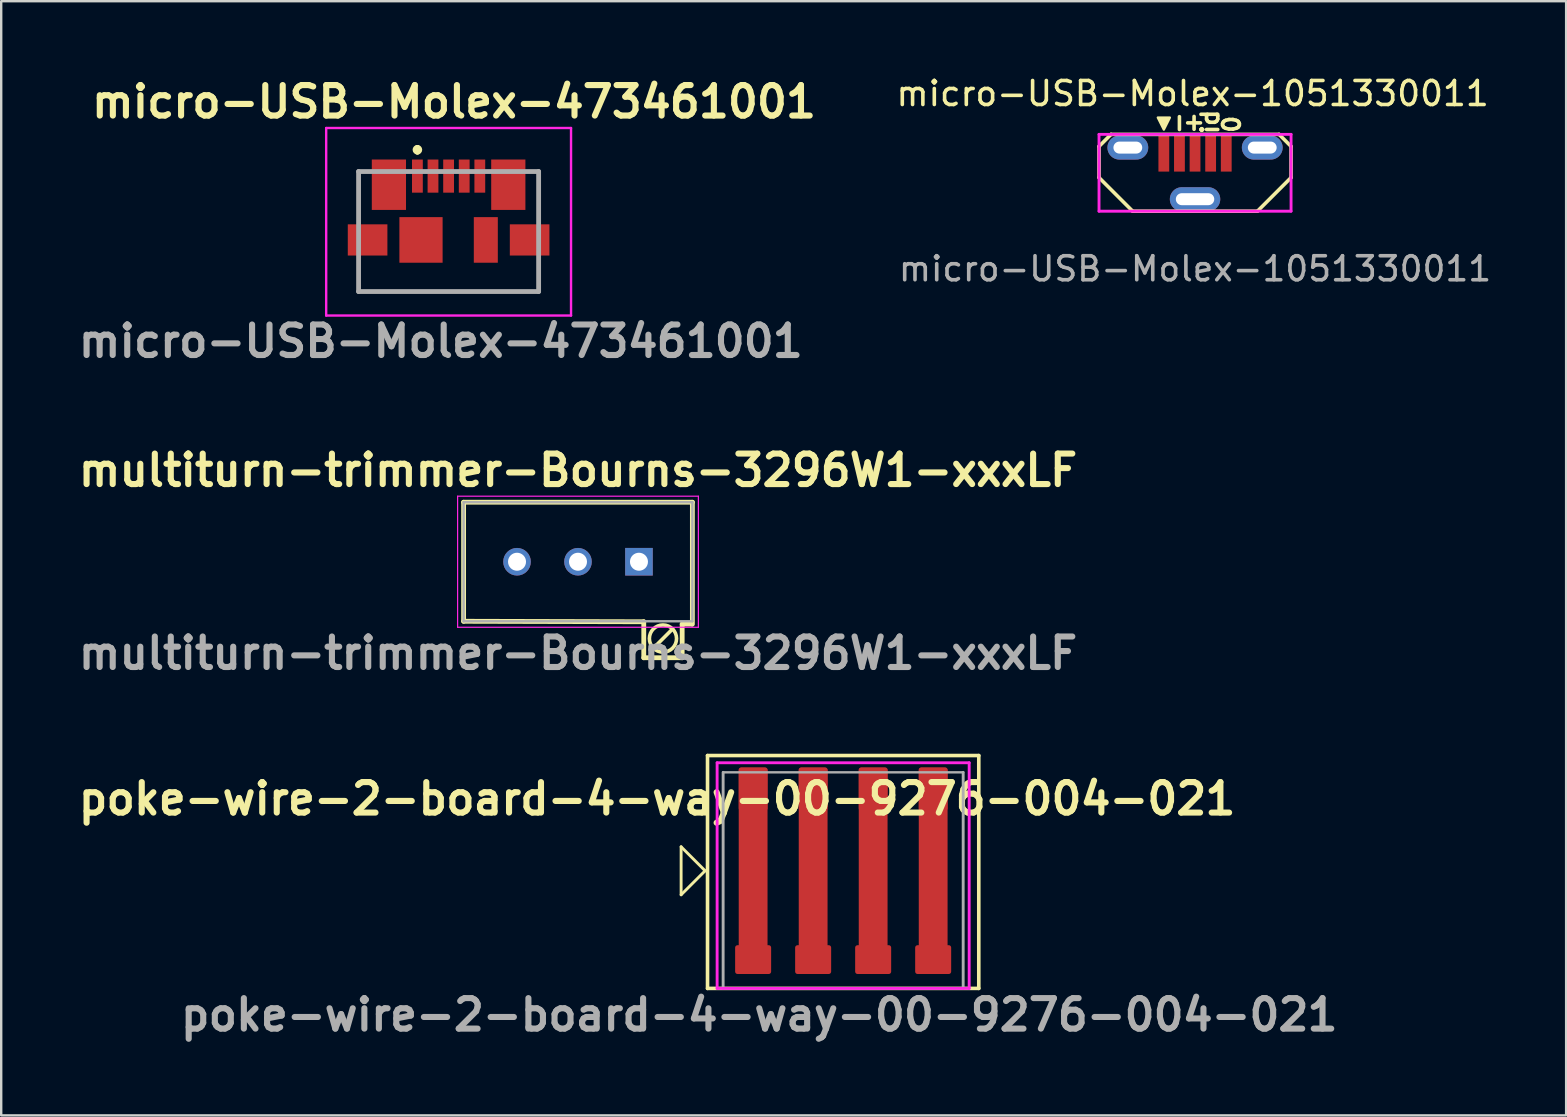
<source format=kicad_pcb>
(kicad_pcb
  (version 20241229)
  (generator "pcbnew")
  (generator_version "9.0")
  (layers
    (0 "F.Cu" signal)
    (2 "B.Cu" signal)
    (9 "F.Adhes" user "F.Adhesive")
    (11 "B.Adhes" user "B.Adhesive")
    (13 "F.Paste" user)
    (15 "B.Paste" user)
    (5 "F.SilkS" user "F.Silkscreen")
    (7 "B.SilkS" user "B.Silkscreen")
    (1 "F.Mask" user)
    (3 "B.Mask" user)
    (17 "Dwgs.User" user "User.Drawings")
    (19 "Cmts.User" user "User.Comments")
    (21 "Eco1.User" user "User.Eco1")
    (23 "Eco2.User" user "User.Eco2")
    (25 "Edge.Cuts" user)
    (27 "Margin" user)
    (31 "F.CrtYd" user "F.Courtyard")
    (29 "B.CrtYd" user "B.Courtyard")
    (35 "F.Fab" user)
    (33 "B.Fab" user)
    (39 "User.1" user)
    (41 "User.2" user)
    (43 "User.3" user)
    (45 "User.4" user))
  (footprint "micro-USB-Molex-1051330011"
    (layer "F.Cu")
    (at 46.733 4.108)
    (property "Reference" "micro-USB-Molex-1051330011" (at -0.1 -3.26 0) (layer "F.SilkS") (effects (font (size 1 1) (thickness 0.15))))
    (attr through_hole)
    (fp_line (start -4 -1.06) (end -4 0.24) (stroke (width 0.15) (type solid)) (layer "F.SilkS"))
    (fp_line (start -4 -1.06) (end -3.5 -1.56) (stroke (width 0.15) (type solid)) (layer "F.SilkS"))
    (fp_line (start -4 0.24) (end -2.6 1.64) (stroke (width 0.15) (type solid)) (layer "F.SilkS"))
    (fp_line (start -3.5 -1.56) (end 3.5 -1.56) (stroke (width 0.15) (type solid)) (layer "F.SilkS"))
    (fp_line (start -2.6 1.64) (end 2.6 1.64) (stroke (width 0.15) (type solid)) (layer "F.SilkS"))
    (fp_line (start 3.5 -1.56) (end 4 -1.06) (stroke (width 0.15) (type solid)) (layer "F.SilkS"))
    (fp_line (start 4 -1.06) (end 4 0.24) (stroke (width 0.15) (type solid)) (layer "F.SilkS"))
    (fp_line (start 4 0.24) (end 2.6 1.64) (stroke (width 0.15) (type solid)) (layer "F.SilkS"))
    (fp_poly (pts (xy -1.3 -1.76) (xy -1.55 -2.26) (xy -1.05 -2.26)) (stroke (width 0.1) (type solid)) (fill yes) (layer "F.SilkS"))
    (fp_line (start -4 -1.56) (end -4 1.64) (stroke (width 0.12) (type solid)) (layer "F.CrtYd"))
    (fp_line (start -4 -1.56) (end 4 -1.56) (stroke (width 0.12) (type solid)) (layer "F.CrtYd"))
    (fp_line (start -4 1.64) (end 4 1.64) (stroke (width 0.12) (type solid)) (layer "F.CrtYd"))
    (fp_line (start 4 -1.56) (end 4 1.64) (stroke (width 0.12) (type solid)) (layer "F.CrtYd"))
    (fp_text user "-" (at -0.7 -2.03 90) (layer "F.SilkS") (effects (font (size 0.7 0.7) (thickness 0.15))))
    (fp_text user "+" (at -0.09 -2.04 90) (layer "F.SilkS") (effects (font (size 0.7 0.7) (thickness 0.15))))
    (fp_text user "id" (at 0.63 -2.08 90) (layer "F.SilkS") (effects (font (size 0.7 0.7) (thickness 0.15))))
    (fp_text user "0" (at 1.53 -1.98 90) (layer "F.SilkS") (effects (font (size 0.7 0.7) (thickness 0.15))))
    (fp_text user "${REFERENCE}" (at 0 4.04 0) (layer "F.Fab") (effects (font (size 1 1) (thickness 0.15))))
    (pad "" thru_hole oval (at -2.8 -1.01) (size 1.7 1) (drill oval 1.2 0.5) (layers "*.Cu" "*.Mask"))
    (pad "" thru_hole oval (at 2.8 -1.01) (size 1.7 1) (drill oval 1.2 0.5) (layers "*.Cu" "*.Mask"))
    (pad "1" smd rect (at -1.3 -0.76) (size 0.45 1.5) (layers "F.Cu" "F.Mask" "F.Paste"))
    (pad "2" smd rect (at -0.65 -0.76) (size 0.45 1.5) (layers "F.Cu" "F.Mask" "F.Paste"))
    (pad "3" smd rect (at 0 -0.76) (size 0.45 1.5) (layers "F.Cu" "F.Mask" "F.Paste"))
    (pad "4" smd rect (at 0.65 -0.76) (size 0.45 1.5) (layers "F.Cu" "F.Mask" "F.Paste"))
    (pad "5" smd rect (at 1.3 -0.76) (size 0.45 1.5) (layers "F.Cu" "F.Mask" "F.Paste"))
    (pad "6" thru_hole oval (at 0 1.14) (size 2.1 1) (drill oval 1.6 0.5) (layers "*.Cu" "*.Mask")))
  (footprint "micro-USB-Molex-473461001"
    (layer "F.Cu")
    (at 15.638 6.189)
    (property "Reference" "micro-USB-Molex-473461001" (at 0.225 -5 0) (layer "F.SilkS") (effects (font (size 1.27 1.27) (thickness 0.254))))
    (attr smd)
    (fp_line (start -3.75 -2.094) (end -3.75 -0.467) (stroke (width 0.1) (type solid)) (layer "F.SilkS"))
    (fp_line (start -1.3 -3.1) (end -1.3 -3.1) (stroke (width 0.2) (type solid)) (layer "F.SilkS"))
    (fp_line (start -1.3 -2.9) (end -1.3 -2.9) (stroke (width 0.2) (type solid)) (layer "F.SilkS"))
    (fp_line (start 3.75 -2.094) (end 3.75 -0.467) (stroke (width 0.1) (type solid)) (layer "F.SilkS"))
    (fp_line (start 3.75 2.906) (end -3.75 2.906) (stroke (width 0.1) (type solid)) (layer "F.SilkS"))
    (fp_arc (start -1.3 -3.1) (mid -1.2 -3) (end -1.3 -2.9) (stroke (width 0.2) (type solid)) (layer "F.SilkS"))
    (fp_arc (start -1.3 -2.9) (mid -1.4 -3) (end -1.3 -3.1) (stroke (width 0.2) (type solid)) (layer "F.SilkS"))
    (fp_line (start -5.1 -3.906) (end 5.1 -3.906) (stroke (width 0.1) (type solid)) (layer "F.CrtYd"))
    (fp_line (start -5.1 3.906) (end -5.1 -3.906) (stroke (width 0.1) (type solid)) (layer "F.CrtYd"))
    (fp_line (start 5.1 -3.906) (end 5.1 3.906) (stroke (width 0.1) (type solid)) (layer "F.CrtYd"))
    (fp_line (start 5.1 3.906) (end -5.1 3.906) (stroke (width 0.1) (type solid)) (layer "F.CrtYd"))
    (fp_line (start -3.75 -2.094) (end 3.75 -2.094) (stroke (width 0.2) (type solid)) (layer "F.Fab"))
    (fp_line (start -3.75 2.906) (end -3.75 -2.094) (stroke (width 0.2) (type solid)) (layer "F.Fab"))
    (fp_line (start 3.75 -2.094) (end 3.75 2.906) (stroke (width 0.2) (type solid)) (layer "F.Fab"))
    (fp_line (start 3.75 2.906) (end -3.75 2.906) (stroke (width 0.2) (type solid)) (layer "F.Fab"))
    (fp_text user "${REFERENCE}" (at -0.325 4.975 0) (layer "F.Fab") (effects (font (size 1.27 1.27) (thickness 0.254))))
    (pad "1" smd rect (at -1.3 -1.903) (size 0.45 1.38) (layers "F.Cu" "F.Mask" "F.Paste"))
    (pad "2" smd rect (at -0.65 -1.903) (size 0.45 1.38) (layers "F.Cu" "F.Mask" "F.Paste"))
    (pad "3" smd rect (at 0 -1.903) (size 0.45 1.38) (layers "F.Cu" "F.Mask" "F.Paste"))
    (pad "4" smd rect (at 0.65 -1.903) (size 0.45 1.38) (layers "F.Cu" "F.Mask" "F.Paste"))
    (pad "5" smd rect (at 1.3 -1.903) (size 0.45 1.38) (layers "F.Cu" "F.Mask" "F.Paste"))
    (pad "6" smd rect (at 2.487 -1.544) (size 1.425 2.1) (layers "F.Cu" "F.Mask" "F.Paste"))
    (pad "7" smd rect (at -2.487 -1.544) (size 1.425 2.1) (layers "F.Cu" "F.Mask" "F.Paste"))
    (pad "8" smd rect (at -1.15 0.756) (size 1.8 1.9) (layers "F.Cu" "F.Mask" "F.Paste"))
    (pad "9" smd rect (at 1.55 0.756) (size 1 1.9) (layers "F.Cu" "F.Mask" "F.Paste"))
    (pad "10" smd rect (at -3.375 0.756 90) (size 1.3 1.65) (layers "F.Cu" "F.Mask" "F.Paste"))
    (pad "11" smd rect (at 3.375 0.756 90) (size 1.3 1.65) (layers "F.Cu" "F.Mask" "F.Paste")))
  (footprint "multiturn-trimmer-Bourns-3296W1-xxxLF"
    (layer "F.Cu")
    (at 23.568 20.351)
    (property "Reference" "multiturn-trimmer-Bourns-3296W1-xxxLF" (at -2.54 -3.81 0) (layer "F.SilkS") (effects (font (size 1.27 1.27) (thickness 0.254))))
    (attr through_hole)
    (fp_line (start -7.305 -2.48) (end 2.225 -2.48) (stroke (width 0.2) (type solid)) (layer "F.SilkS"))
    (fp_line (start -7.305 2.48) (end -7.305 -2.48) (stroke (width 0.2) (type solid)) (layer "F.SilkS"))
    (fp_line (start -7.305 2.48) (end 0.2 2.5) (stroke (width 0.2) (type solid)) (layer "F.SilkS"))
    (fp_line (start 0.2 2.5) (end 0.2 4) (stroke (width 0.2) (type solid)) (layer "F.SilkS"))
    (fp_line (start 0.2 4) (end 1.8 4) (stroke (width 0.2) (type solid)) (layer "F.SilkS"))
    (fp_line (start 1.4 2.8) (end 0.6 3.6) (stroke (width 0.15) (type solid)) (layer "F.SilkS"))
    (fp_line (start 1.8 2.6) (end 2.2 2.6) (stroke (width 0.2) (type solid)) (layer "F.SilkS"))
    (fp_line (start 1.8 4) (end 1.8 2.6) (stroke (width 0.2) (type solid)) (layer "F.SilkS"))
    (fp_line (start 2.225 -2.48) (end 2.225 2.6) (stroke (width 0.2) (type solid)) (layer "F.SilkS"))
    (fp_circle (center 1 3.2) (end 1.4 2.8) (stroke (width 0.15) (type solid)) (fill no) (layer "F.SilkS"))
    (fp_line (start -7.555 -2.73) (end 2.475 -2.73) (stroke (width 0.05) (type solid)) (layer "F.CrtYd"))
    (fp_line (start -7.555 2.73) (end -7.555 -2.73) (stroke (width 0.05) (type solid)) (layer "F.CrtYd"))
    (fp_line (start 2.475 -2.73) (end 2.475 2.73) (stroke (width 0.05) (type solid)) (layer "F.CrtYd"))
    (fp_line (start 2.475 2.73) (end -7.555 2.73) (stroke (width 0.05) (type solid)) (layer "F.CrtYd"))
    (fp_line (start -7.305 -2.48) (end 2.225 -2.48) (stroke (width 0.1) (type solid)) (layer "F.Fab"))
    (fp_line (start -7.305 2.48) (end -7.305 -2.48) (stroke (width 0.1) (type solid)) (layer "F.Fab"))
    (fp_line (start 2.225 -2.48) (end 2.225 2.48) (stroke (width 0.1) (type solid)) (layer "F.Fab"))
    (fp_line (start 2.225 2.48) (end -7.305 2.48) (stroke (width 0.1) (type solid)) (layer "F.Fab"))
    (fp_text user "${REFERENCE}" (at -2.54 3.81 0) (layer "F.Fab") (effects (font (size 1.27 1.27) (thickness 0.254))))
    (pad "1" thru_hole rect (at 0 0) (size 1.15 1.15) (drill 0.75) (layers "*.Cu" "*.Mask"))
    (pad "2" thru_hole circle (at -2.54 0) (size 1.15 1.15) (drill 0.75) (layers "*.Cu" "*.Mask"))
    (pad "3" thru_hole circle (at -5.08 0) (size 1.15 1.15) (drill 0.75) (layers "*.Cu" "*.Mask")))
  (footprint "poke-wire-2-board-4-way-00-9276-004-021"
    (layer "F.Cu")
    (at 32.074 33.225)
    (property "Reference" "poke-wire-2-board-4-way-00-9276-004-021" (at -7.75 -3 0) (layer "F.SilkS") (effects (font (size 1.27 1.27) (thickness 0.254))))
    (attr smd)
    (fp_line (start -6.75 -1) (end -6.75 1) (stroke (width 0.12) (type solid)) (layer "F.SilkS"))
    (fp_line (start -6.75 1) (end -5.75 0) (stroke (width 0.12) (type solid)) (layer "F.SilkS"))
    (fp_line (start -5.75 0) (end -6.75 -1) (stroke (width 0.12) (type solid)) (layer "F.SilkS"))
    (fp_line (start -5.65 -4.8) (end -5.65 4.9) (stroke (width 0.15) (type solid)) (layer "F.SilkS"))
    (fp_line (start -5.65 4.9) (end 5.65 4.9) (stroke (width 0.15) (type solid)) (layer "F.SilkS"))
    (fp_line (start 5.65 -4.8) (end -5.65 -4.8) (stroke (width 0.15) (type solid)) (layer "F.SilkS"))
    (fp_line (start 5.65 4.9) (end 5.65 -4.8) (stroke (width 0.15) (type solid)) (layer "F.SilkS"))
    (fp_line (start -5.25 -4.5) (end 5.25 -4.5) (stroke (width 0.12) (type solid)) (layer "F.CrtYd"))
    (fp_line (start -5.25 4.9) (end -5.25 -4.5) (stroke (width 0.12) (type solid)) (layer "F.CrtYd"))
    (fp_line (start -5.25 4.9) (end 5.25 4.9) (stroke (width 0.12) (type solid)) (layer "F.CrtYd"))
    (fp_line (start 5.25 -4.5) (end 5.25 4.9) (stroke (width 0.12) (type solid)) (layer "F.CrtYd"))
    (fp_line (start -5 -4.1) (end 5 -4.1) (stroke (width 0.1) (type solid)) (layer "F.Fab"))
    (fp_line (start -5 4.9) (end -5 -4.1) (stroke (width 0.12) (type solid)) (layer "F.Fab"))
    (fp_line (start -5 4.9) (end 5 4.9) (stroke (width 0.1) (type solid)) (layer "F.Fab"))
    (fp_line (start 5 4.9) (end 5 -4.1) (stroke (width 0.12) (type solid)) (layer "F.Fab"))
    (fp_text user "${REFERENCE}" (at -3.496 6 0) (layer "F.Fab") (effects (font (size 1.27 1.27) (thickness 0.254))))
    (pad "1" smd roundrect (at -3.75 -3.4) (size 1.2 1.8) (layers "F.Cu" "F.Mask" "F.Paste") (roundrect_rratio 0.083))
    (pad "1" smd roundrect (at -3.75 0) (size 1.2 8.6) (layers "F.Cu") (roundrect_rratio 0.083))
    (pad "1" smd roundrect (at -3.75 3.7) (size 1.5 1.2) (layers "F.Cu" "F.Mask" "F.Paste") (roundrect_rratio 0.083))
    (pad "2" smd roundrect (at -1.25 -3.4) (size 1.2 1.8) (layers "F.Cu" "F.Mask" "F.Paste") (roundrect_rratio 0.083))
    (pad "2" smd roundrect (at -1.25 0) (size 1.2 8.6) (layers "F.Cu") (roundrect_rratio 0.083))
    (pad "2" smd roundrect (at -1.25 3.7) (size 1.5 1.2) (layers "F.Cu" "F.Mask" "F.Paste") (roundrect_rratio 0.083))
    (pad "3" smd roundrect (at 1.25 -3.4) (size 1.2 1.8) (layers "F.Cu" "F.Mask" "F.Paste") (roundrect_rratio 0.083))
    (pad "3" smd roundrect (at 1.25 0) (size 1.2 8.6) (layers "F.Cu") (roundrect_rratio 0.083))
    (pad "3" smd roundrect (at 1.25 3.7) (size 1.5 1.2) (layers "F.Cu" "F.Mask" "F.Paste") (roundrect_rratio 0.083))
    (pad "4" smd roundrect (at 3.75 -3.4) (size 1.2 1.8) (layers "F.Cu" "F.Mask" "F.Paste") (roundrect_rratio 0.083))
    (pad "4" smd roundrect (at 3.75 0) (size 1.2 8.6) (layers "F.Cu") (roundrect_rratio 0.083))
    (pad "4" smd roundrect (at 3.75 3.7) (size 1.5 1.2) (layers "F.Cu" "F.Mask" "F.Paste") (roundrect_rratio 0.083)))
  (gr_rect
    (start -3 -3)
    (end 62.192 43.414)
    (stroke (width 0.1) (type default))
    (fill no)
    (layer "Edge.Cuts")))
</source>
